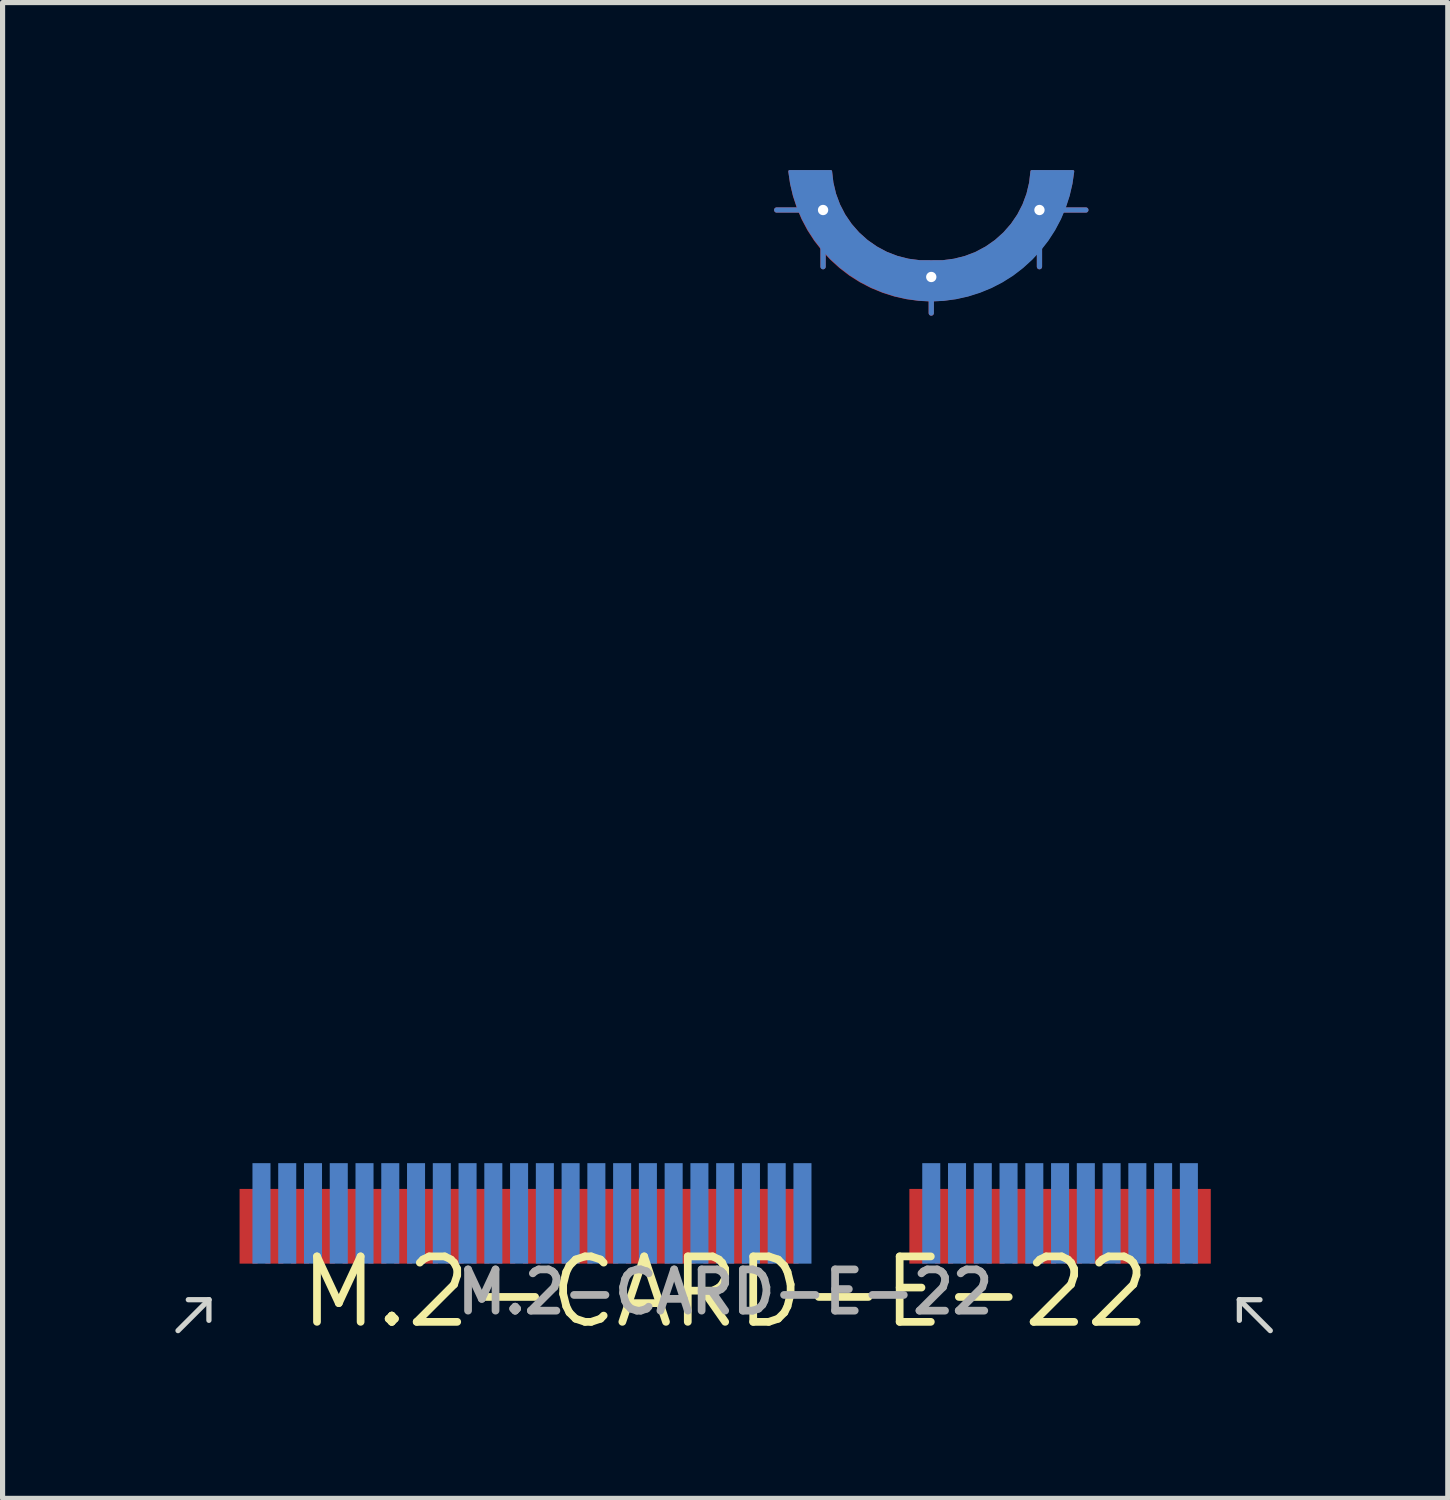
<source format=kicad_pcb>
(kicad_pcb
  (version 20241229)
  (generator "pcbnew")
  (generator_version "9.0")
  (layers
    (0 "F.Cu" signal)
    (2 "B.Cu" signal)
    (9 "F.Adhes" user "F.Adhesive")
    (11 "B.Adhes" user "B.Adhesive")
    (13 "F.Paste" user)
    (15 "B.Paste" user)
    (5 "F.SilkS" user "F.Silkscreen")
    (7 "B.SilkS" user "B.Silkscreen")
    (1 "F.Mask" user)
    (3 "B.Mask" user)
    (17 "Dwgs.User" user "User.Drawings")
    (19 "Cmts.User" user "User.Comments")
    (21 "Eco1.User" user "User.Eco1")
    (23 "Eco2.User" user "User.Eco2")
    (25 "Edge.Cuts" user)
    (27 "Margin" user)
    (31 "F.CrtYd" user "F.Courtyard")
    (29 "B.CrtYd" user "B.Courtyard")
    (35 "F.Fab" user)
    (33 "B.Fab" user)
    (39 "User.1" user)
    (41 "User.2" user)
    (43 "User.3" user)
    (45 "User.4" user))
  (footprint "M.2-CARD-E-22"
    (layer "F.Cu")
    (at 11.025 22.026)
    (property "Reference" "M.2-CARD-E-22" (at 0 0 0) (layer "F.SilkS") (effects (font (size 1.27 1.27) (thickness 0.15))))
    (attr through_hole)
    (fp_line (start 1.9 -21) (end 1 -21) (stroke (width 0.102) (type solid)) (layer "F.Cu"))
    (fp_line (start 1.9 -21) (end 1.9 -19.9) (stroke (width 0.102) (type solid)) (layer "F.Cu"))
    (fp_line (start 4 -19.7) (end 4 -19) (stroke (width 0.102) (type solid)) (layer "F.Cu"))
    (fp_line (start 6.1 -21) (end 6.1 -19.9) (stroke (width 0.102) (type solid)) (layer "F.Cu"))
    (fp_line (start 6.1 -21) (end 7 -21) (stroke (width 0.102) (type solid)) (layer "F.Cu"))
    (fp_poly (pts (xy 3.761 -19.261) (xy 3.523 -19.293) (xy 3.289 -19.345) (xy 3.061 -19.417) (xy 2.839 -19.508) (xy 2.627 -19.618) (xy 2.424 -19.746) (xy 2.234 -19.892) (xy 2.057 -20.053) (xy 1.894 -20.229) (xy 1.747 -20.418) (xy 1.617 -20.619) (xy 1.505 -20.831) (xy 1.412 -21.052) (xy 1.338 -21.279) (xy 1.284 -21.513) (xy 1.25 -21.75) (xy 2.05 -21.75) (xy 2.076 -21.528) (xy 2.128 -21.31) (xy 2.206 -21.1) (xy 2.308 -20.902) (xy 2.434 -20.717) (xy 2.582 -20.548) (xy 2.748 -20.399) (xy 2.931 -20.271) (xy 3.129 -20.165) (xy 3.337 -20.085) (xy 3.554 -20.03) (xy 3.776 -20.001) (xy 4 -20) (xy 4.224 -20.001) (xy 4.446 -20.03) (xy 4.663 -20.085) (xy 4.871 -20.165) (xy 5.069 -20.271) (xy 5.252 -20.399) (xy 5.418 -20.548) (xy 5.566 -20.717) (xy 5.692 -20.902) (xy 5.794 -21.1) (xy 5.872 -21.31) (xy 5.924 -21.528) (xy 5.95 -21.75) (xy 6.75 -21.75) (xy 6.715 -21.514) (xy 6.659 -21.281) (xy 6.584 -21.054) (xy 6.49 -20.834) (xy 6.377 -20.623) (xy 6.247 -20.423) (xy 6.1 -20.234) (xy 5.938 -20.059) (xy 5.761 -19.898) (xy 5.571 -19.753) (xy 5.369 -19.624) (xy 5.157 -19.514) (xy 4.936 -19.422) (xy 4.709 -19.349) (xy 4.476 -19.296) (xy 4.239 -19.263) (xy 4 -19.25)) (stroke (width 0.05) (type solid)) (fill yes) (layer "F.Cu"))
    (fp_poly (pts (xy 3.773 -19.259) (xy 3.547 -19.288) (xy 3.325 -19.334) (xy 3.107 -19.399) (xy 2.895 -19.482) (xy 2.691 -19.581) (xy 2.496 -19.698) (xy 2.311 -19.83) (xy 2.137 -19.977) (xy 1.977 -20.137) (xy 1.83 -20.311) (xy 1.698 -20.496) (xy 1.581 -20.691) (xy 1.482 -20.895) (xy 1.399 -21.107) (xy 1.334 -21.325) (xy 1.288 -21.547) (xy 1.259 -21.773) (xy 1.25 -22) (xy 2.25 -22) (xy 2.265 -21.772) (xy 2.31 -21.547) (xy 2.383 -21.33) (xy 2.484 -21.125) (xy 2.612 -20.935) (xy 2.763 -20.763) (xy 2.935 -20.612) (xy 3.125 -20.484) (xy 3.33 -20.383) (xy 3.547 -20.31) (xy 3.772 -20.265) (xy 4 -20.25) (xy 4.228 -20.265) (xy 4.453 -20.31) (xy 4.67 -20.383) (xy 4.875 -20.484) (xy 5.065 -20.612) (xy 5.237 -20.763) (xy 5.388 -20.935) (xy 5.516 -21.125) (xy 5.617 -21.33) (xy 5.69 -21.547) (xy 5.735 -21.772) (xy 5.75 -22) (xy 6.75 -22) (xy 6.741 -21.773) (xy 6.712 -21.547) (xy 6.666 -21.325) (xy 6.601 -21.107) (xy 6.518 -20.895) (xy 6.419 -20.691) (xy 6.302 -20.496) (xy 6.17 -20.311) (xy 6.023 -20.137) (xy 5.863 -19.977) (xy 5.689 -19.83) (xy 5.504 -19.698) (xy 5.309 -19.581) (xy 5.105 -19.482) (xy 4.893 -19.399) (xy 4.675 -19.334) (xy 4.453 -19.288) (xy 4.227 -19.259) (xy 4 -19.25)) (stroke (width 0.05) (type solid)) (fill yes) (layer "F.Mask"))
    (fp_line (start 1.9 -21) (end 1 -21) (stroke (width 0.102) (type solid)) (layer "B.Cu"))
    (fp_line (start 1.9 -21) (end 1.9 -19.9) (stroke (width 0.102) (type solid)) (layer "B.Cu"))
    (fp_line (start 4 -19.7) (end 4 -19) (stroke (width 0.102) (type solid)) (layer "B.Cu"))
    (fp_line (start 6.1 -21) (end 6.1 -19.9) (stroke (width 0.102) (type solid)) (layer "B.Cu"))
    (fp_line (start 6.1 -21) (end 7 -21) (stroke (width 0.102) (type solid)) (layer "B.Cu"))
    (fp_poly (pts (xy 4.239 -19.261) (xy 4.477 -19.293) (xy 4.711 -19.345) (xy 4.939 -19.417) (xy 5.161 -19.508) (xy 5.373 -19.618) (xy 5.576 -19.746) (xy 5.766 -19.892) (xy 5.943 -20.053) (xy 6.106 -20.229) (xy 6.253 -20.418) (xy 6.383 -20.619) (xy 6.495 -20.831) (xy 6.588 -21.052) (xy 6.662 -21.279) (xy 6.716 -21.513) (xy 6.75 -21.75) (xy 5.95 -21.75) (xy 5.924 -21.528) (xy 5.872 -21.31) (xy 5.794 -21.1) (xy 5.692 -20.902) (xy 5.566 -20.717) (xy 5.418 -20.548) (xy 5.252 -20.399) (xy 5.069 -20.271) (xy 4.871 -20.165) (xy 4.663 -20.085) (xy 4.446 -20.03) (xy 4.224 -20.001) (xy 4 -20) (xy 3.776 -20.001) (xy 3.554 -20.03) (xy 3.337 -20.085) (xy 3.129 -20.165) (xy 2.931 -20.271) (xy 2.748 -20.399) (xy 2.582 -20.548) (xy 2.434 -20.717) (xy 2.308 -20.902) (xy 2.206 -21.1) (xy 2.128 -21.31) (xy 2.076 -21.528) (xy 2.05 -21.75) (xy 1.25 -21.75) (xy 1.285 -21.514) (xy 1.341 -21.281) (xy 1.416 -21.054) (xy 1.51 -20.834) (xy 1.623 -20.623) (xy 1.753 -20.423) (xy 1.9 -20.234) (xy 2.062 -20.059) (xy 2.239 -19.898) (xy 2.429 -19.753) (xy 2.631 -19.624) (xy 2.843 -19.514) (xy 3.064 -19.422) (xy 3.291 -19.349) (xy 3.524 -19.296) (xy 3.761 -19.263) (xy 4 -19.25)) (stroke (width 0.05) (type solid)) (fill yes) (layer "B.Cu"))
    (fp_poly (pts (xy 4.227 -19.259) (xy 4.453 -19.288) (xy 4.675 -19.334) (xy 4.893 -19.399) (xy 5.105 -19.482) (xy 5.309 -19.581) (xy 5.504 -19.698) (xy 5.689 -19.83) (xy 5.863 -19.977) (xy 6.023 -20.137) (xy 6.17 -20.311) (xy 6.302 -20.496) (xy 6.419 -20.691) (xy 6.518 -20.895) (xy 6.601 -21.107) (xy 6.666 -21.325) (xy 6.712 -21.547) (xy 6.741 -21.773) (xy 6.75 -22) (xy 5.75 -22) (xy 5.735 -21.772) (xy 5.69 -21.547) (xy 5.617 -21.33) (xy 5.516 -21.125) (xy 5.388 -20.935) (xy 5.237 -20.763) (xy 5.065 -20.612) (xy 4.875 -20.484) (xy 4.67 -20.383) (xy 4.453 -20.31) (xy 4.228 -20.265) (xy 4 -20.25) (xy 3.772 -20.265) (xy 3.547 -20.31) (xy 3.33 -20.383) (xy 3.125 -20.484) (xy 2.935 -20.612) (xy 2.763 -20.763) (xy 2.612 -20.935) (xy 2.484 -21.125) (xy 2.383 -21.33) (xy 2.31 -21.547) (xy 2.265 -21.772) (xy 2.25 -22) (xy 1.25 -22) (xy 1.259 -21.773) (xy 1.288 -21.547) (xy 1.334 -21.325) (xy 1.399 -21.107) (xy 1.482 -20.895) (xy 1.581 -20.691) (xy 1.698 -20.496) (xy 1.83 -20.311) (xy 1.977 -20.137) (xy 2.137 -19.977) (xy 2.311 -19.83) (xy 2.496 -19.698) (xy 2.691 -19.581) (xy 2.895 -19.482) (xy 3.107 -19.399) (xy 3.325 -19.334) (xy 3.547 -19.288) (xy 3.773 -19.259) (xy 4 -19.25)) (stroke (width 0.05) (type solid)) (fill yes) (layer "B.Mask"))
    (fp_line (start -11 -21) (end -11 -4.575) (stroke (width 0.051) (type solid)) (layer "Eco2.User"))
    (fp_line (start -10.3 -0.55) (end 10.7 -0.55) (stroke (width 0.02) (type solid)) (layer "Eco2.User"))
    (fp_line (start -9.925 0) (end -9.925 -3.5) (stroke (width 0.051) (type solid)) (layer "Eco2.User"))
    (fp_line (start 2.025 -2.9) (end 2.025 0) (stroke (width 0.051) (type solid)) (layer "Eco2.User"))
    (fp_line (start 2.025 0) (end -9.925 0) (stroke (width 0.051) (type solid)) (layer "Eco2.User"))
    (fp_line (start 2.25 -22) (end -10 -22) (stroke (width 0.051) (type solid)) (layer "Eco2.User"))
    (fp_line (start 3.225 -2.9) (end 3.225 0) (stroke (width 0.051) (type solid)) (layer "Eco2.User"))
    (fp_line (start 9.925 -3.5) (end 9.925 0) (stroke (width 0.051) (type solid)) (layer "Eco2.User"))
    (fp_line (start 9.925 0) (end 3.225 0) (stroke (width 0.051) (type solid)) (layer "Eco2.User"))
    (fp_line (start 10 -22) (end 5.75 -22) (stroke (width 0.051) (type solid)) (layer "Eco2.User"))
    (fp_line (start 11 -21) (end 11 -4.575) (stroke (width 0.05) (type solid)) (layer "Eco2.User"))
    (fp_arc (start -11 -21) (mid -10.707107 -21.707107) (end -10 -22) (stroke (width 0.05) (type solid)) (layer "Eco2.User"))
    (fp_arc (start -10.425 -4) (mid -10.831586 -4.168414) (end -11 -4.575) (stroke (width 0.05) (type solid)) (layer "Eco2.User"))
    (fp_arc (start -10.425 -4) (mid -10.071447 -3.853553) (end -9.925 -3.5) (stroke (width 0.051) (type solid)) (layer "Eco2.User"))
    (fp_arc (start 2.025 -2.9) (mid 2.625 -3.5) (end 3.225 -2.9) (stroke (width 0.051) (type solid)) (layer "Eco2.User"))
    (fp_arc (start 5.75 -22) (mid 4 -20.25) (end 2.25 -22) (stroke (width 0.051) (type solid)) (layer "Eco2.User"))
    (fp_arc (start 5.75 -22) (mid 4 -20.25) (end 2.25 -22) (stroke (width 0.051) (type solid)) (layer "Eco2.User"))
    (fp_arc (start 6.75 -22) (mid 4 -19.25) (end 1.25 -22) (stroke (width 0.051) (type solid)) (layer "Eco2.User"))
    (fp_arc (start 9.925 -3.5) (mid 10.071447 -3.853553) (end 10.425 -4) (stroke (width 0.051) (type solid)) (layer "Eco2.User"))
    (fp_arc (start 10 -22) (mid 10.707107 -21.707107) (end 11 -21) (stroke (width 0.05) (type solid)) (layer "Eco2.User"))
    (fp_arc (start 11 -4.575) (mid 10.831586 -4.168414) (end 10.425 -4) (stroke (width 0.05) (type solid)) (layer "Eco2.User"))
    (fp_line (start -10.62 0.75) (end -10.02 0.15) (stroke (width 0.102) (type solid)) (layer "Edge.Cuts"))
    (fp_line (start -10.02 0.15) (end -10.42 0.15) (stroke (width 0.102) (type solid)) (layer "Edge.Cuts"))
    (fp_line (start -10.02 0.15) (end -10.02 0.55) (stroke (width 0.102) (type solid)) (layer "Edge.Cuts"))
    (fp_line (start 9.98 0.15) (end 9.98 0.55) (stroke (width 0.102) (type solid)) (layer "Edge.Cuts"))
    (fp_line (start 9.98 0.15) (end 10.38 0.15) (stroke (width 0.102) (type solid)) (layer "Edge.Cuts"))
    (fp_line (start 10.58 0.75) (end 9.98 0.15) (stroke (width 0.102) (type solid)) (layer "Edge.Cuts"))
    (fp_text user "${REFERENCE}" (at 0 0 0) (layer "F.Fab") (effects (font (size 0.8 0.8) (thickness 0.15))))
    (pad "1" smd rect (at 9.25 -1.275 180) (size 0.35 1.45) (layers "F.Cu" "F.Mask" "F.Paste"))
    (pad "2" smd rect (at 9 -1.525) (size 0.35 1.95) (layers "B.Cu" "B.Mask" "B.Paste"))
    (pad "3" smd rect (at 8.75 -1.275 180) (size 0.35 1.45) (layers "F.Cu" "F.Mask" "F.Paste"))
    (pad "4" smd rect (at 8.5 -1.525) (size 0.35 1.95) (layers "B.Cu" "B.Mask" "B.Paste"))
    (pad "5" smd rect (at 8.25 -1.275 180) (size 0.35 1.45) (layers "F.Cu" "F.Mask" "F.Paste"))
    (pad "6" smd rect (at 8 -1.525) (size 0.35 1.95) (layers "B.Cu" "B.Mask" "B.Paste"))
    (pad "7" smd rect (at 7.75 -1.275 180) (size 0.35 1.45) (layers "F.Cu" "F.Mask" "F.Paste"))
    (pad "8" smd rect (at 7.5 -1.525) (size 0.35 1.95) (layers "B.Cu" "B.Mask" "B.Paste"))
    (pad "9" smd rect (at 7.25 -1.275 180) (size 0.35 1.45) (layers "F.Cu" "F.Mask" "F.Paste"))
    (pad "10" smd rect (at 7 -1.525) (size 0.35 1.95) (layers "B.Cu" "B.Mask" "B.Paste"))
    (pad "11" smd rect (at 6.75 -1.275 180) (size 0.35 1.45) (layers "F.Cu" "F.Mask" "F.Paste"))
    (pad "12" smd rect (at 6.5 -1.525) (size 0.35 1.95) (layers "B.Cu" "B.Mask" "B.Paste"))
    (pad "13" smd rect (at 6.25 -1.275 180) (size 0.35 1.45) (layers "F.Cu" "F.Mask" "F.Paste"))
    (pad "14" smd rect (at 6 -1.525) (size 0.35 1.95) (layers "B.Cu" "B.Mask" "B.Paste"))
    (pad "15" smd rect (at 5.75 -1.275 180) (size 0.35 1.45) (layers "F.Cu" "F.Mask" "F.Paste"))
    (pad "16" smd rect (at 5.5 -1.525) (size 0.35 1.95) (layers "B.Cu" "B.Mask" "B.Paste"))
    (pad "17" smd rect (at 5.25 -1.275 180) (size 0.35 1.45) (layers "F.Cu" "F.Mask" "F.Paste"))
    (pad "18" smd rect (at 5 -1.525) (size 0.35 1.95) (layers "B.Cu" "B.Mask" "B.Paste"))
    (pad "19" smd rect (at 4.75 -1.275 180) (size 0.35 1.45) (layers "F.Cu" "F.Mask" "F.Paste"))
    (pad "20" smd rect (at 4.5 -1.525) (size 0.35 1.95) (layers "B.Cu" "B.Mask" "B.Paste"))
    (pad "21" smd rect (at 4.25 -1.275 180) (size 0.35 1.45) (layers "F.Cu" "F.Mask" "F.Paste"))
    (pad "22" smd rect (at 4 -1.525) (size 0.35 1.95) (layers "B.Cu" "B.Mask" "B.Paste"))
    (pad "23" smd rect (at 3.75 -1.275 180) (size 0.35 1.45) (layers "F.Cu" "F.Mask" "F.Paste"))
    (pad "32" smd rect (at 1.5 -1.525) (size 0.35 1.95) (layers "B.Cu" "B.Mask" "B.Paste"))
    (pad "33" smd rect (at 1.25 -1.275 180) (size 0.35 1.45) (layers "F.Cu" "F.Mask" "F.Paste"))
    (pad "34" smd rect (at 1 -1.525) (size 0.35 1.95) (layers "B.Cu" "B.Mask" "B.Paste"))
    (pad "35" smd rect (at 0.75 -1.275 180) (size 0.35 1.45) (layers "F.Cu" "F.Mask" "F.Paste"))
    (pad "36" smd rect (at 0.5 -1.525) (size 0.35 1.95) (layers "B.Cu" "B.Mask" "B.Paste"))
    (pad "37" smd rect (at 0.25 -1.275 180) (size 0.35 1.45) (layers "F.Cu" "F.Mask" "F.Paste"))
    (pad "38" smd rect (at 0 -1.525) (size 0.35 1.95) (layers "B.Cu" "B.Mask" "B.Paste"))
    (pad "39" smd rect (at -0.25 -1.275 180) (size 0.35 1.45) (layers "F.Cu" "F.Mask" "F.Paste"))
    (pad "40" smd rect (at -0.5 -1.525) (size 0.35 1.95) (layers "B.Cu" "B.Mask" "B.Paste"))
    (pad "41" smd rect (at -0.75 -1.275 180) (size 0.35 1.45) (layers "F.Cu" "F.Mask" "F.Paste"))
    (pad "42" smd rect (at -1 -1.525) (size 0.35 1.95) (layers "B.Cu" "B.Mask" "B.Paste"))
    (pad "43" smd rect (at -1.25 -1.275 180) (size 0.35 1.45) (layers "F.Cu" "F.Mask" "F.Paste"))
    (pad "44" smd rect (at -1.5 -1.525) (size 0.35 1.95) (layers "B.Cu" "B.Mask" "B.Paste"))
    (pad "45" smd rect (at -1.75 -1.275 180) (size 0.35 1.45) (layers "F.Cu" "F.Mask" "F.Paste"))
    (pad "46" smd rect (at -2 -1.525) (size 0.35 1.95) (layers "B.Cu" "B.Mask" "B.Paste"))
    (pad "47" smd rect (at -2.25 -1.275 180) (size 0.35 1.45) (layers "F.Cu" "F.Mask" "F.Paste"))
    (pad "48" smd rect (at -2.5 -1.525) (size 0.35 1.95) (layers "B.Cu" "B.Mask" "B.Paste"))
    (pad "49" smd rect (at -2.75 -1.275 180) (size 0.35 1.45) (layers "F.Cu" "F.Mask" "F.Paste"))
    (pad "50" smd rect (at -3 -1.525) (size 0.35 1.95) (layers "B.Cu" "B.Mask" "B.Paste"))
    (pad "51" smd rect (at -3.25 -1.275 180) (size 0.35 1.45) (layers "F.Cu" "F.Mask" "F.Paste"))
    (pad "52" smd rect (at -3.5 -1.525) (size 0.35 1.95) (layers "B.Cu" "B.Mask" "B.Paste"))
    (pad "53" smd rect (at -3.75 -1.275 180) (size 0.35 1.45) (layers "F.Cu" "F.Mask" "F.Paste"))
    (pad "54" smd rect (at -4 -1.525) (size 0.35 1.95) (layers "B.Cu" "B.Mask" "B.Paste"))
    (pad "55" smd rect (at -4.25 -1.275 180) (size 0.35 1.45) (layers "F.Cu" "F.Mask" "F.Paste"))
    (pad "56" smd rect (at -4.5 -1.525) (size 0.35 1.95) (layers "B.Cu" "B.Mask" "B.Paste"))
    (pad "57" smd rect (at -4.75 -1.275 180) (size 0.35 1.45) (layers "F.Cu" "F.Mask" "F.Paste"))
    (pad "58" smd rect (at -5 -1.525) (size 0.35 1.95) (layers "B.Cu" "B.Mask" "B.Paste"))
    (pad "59" smd rect (at -5.25 -1.275 180) (size 0.35 1.45) (layers "F.Cu" "F.Mask" "F.Paste"))
    (pad "60" smd rect (at -5.5 -1.525) (size 0.35 1.95) (layers "B.Cu" "B.Mask" "B.Paste"))
    (pad "61" smd rect (at -5.75 -1.275 180) (size 0.35 1.45) (layers "F.Cu" "F.Mask" "F.Paste"))
    (pad "62" smd rect (at -6 -1.525) (size 0.35 1.95) (layers "B.Cu" "B.Mask" "B.Paste"))
    (pad "63" smd rect (at -6.25 -1.275 180) (size 0.35 1.45) (layers "F.Cu" "F.Mask" "F.Paste"))
    (pad "64" smd rect (at -6.5 -1.525) (size 0.35 1.95) (layers "B.Cu" "B.Mask" "B.Paste"))
    (pad "65" smd rect (at -6.75 -1.275 180) (size 0.35 1.45) (layers "F.Cu" "F.Mask" "F.Paste"))
    (pad "66" smd rect (at -7 -1.525) (size 0.35 1.95) (layers "B.Cu" "B.Mask" "B.Paste"))
    (pad "67" smd rect (at -7.25 -1.275 180) (size 0.35 1.45) (layers "F.Cu" "F.Mask" "F.Paste"))
    (pad "68" smd rect (at -7.5 -1.525) (size 0.35 1.95) (layers "B.Cu" "B.Mask" "B.Paste"))
    (pad "69" smd rect (at -7.75 -1.275 180) (size 0.35 1.45) (layers "F.Cu" "F.Mask" "F.Paste"))
    (pad "70" smd rect (at -8 -1.525) (size 0.35 1.95) (layers "B.Cu" "B.Mask" "B.Paste"))
    (pad "71" smd rect (at -8.25 -1.275 180) (size 0.35 1.45) (layers "F.Cu" "F.Mask" "F.Paste"))
    (pad "72" smd rect (at -8.5 -1.525) (size 0.35 1.95) (layers "B.Cu" "B.Mask" "B.Paste"))
    (pad "73" smd rect (at -8.75 -1.275 180) (size 0.35 1.45) (layers "F.Cu" "F.Mask" "F.Paste"))
    (pad "74" smd rect (at -9 -1.525) (size 0.35 1.95) (layers "B.Cu" "B.Mask" "B.Paste"))
    (pad "75" smd rect (at -9.25 -1.275 180) (size 0.35 1.45) (layers "F.Cu" "F.Mask" "F.Paste"))
    (pad "GND1" thru_hole circle (at 1.9 -21) (size 0.3 0.3) (drill 0.2) (layers "*.Cu" "*.Mask"))
    (pad "GND2" thru_hole circle (at 4 -19.7) (size 0.3 0.3) (drill 0.2) (layers "*.Cu" "*.Mask"))
    (pad "GND3" thru_hole circle (at 6.1 -21) (size 0.3 0.3) (drill 0.2) (layers "*.Cu" "*.Mask")))
  (gr_rect
    (start -3 -3)
    (end 25.05 26.032)
    (stroke (width 0.1) (type default))
    (fill no)
    (layer "Edge.Cuts")))
</source>
